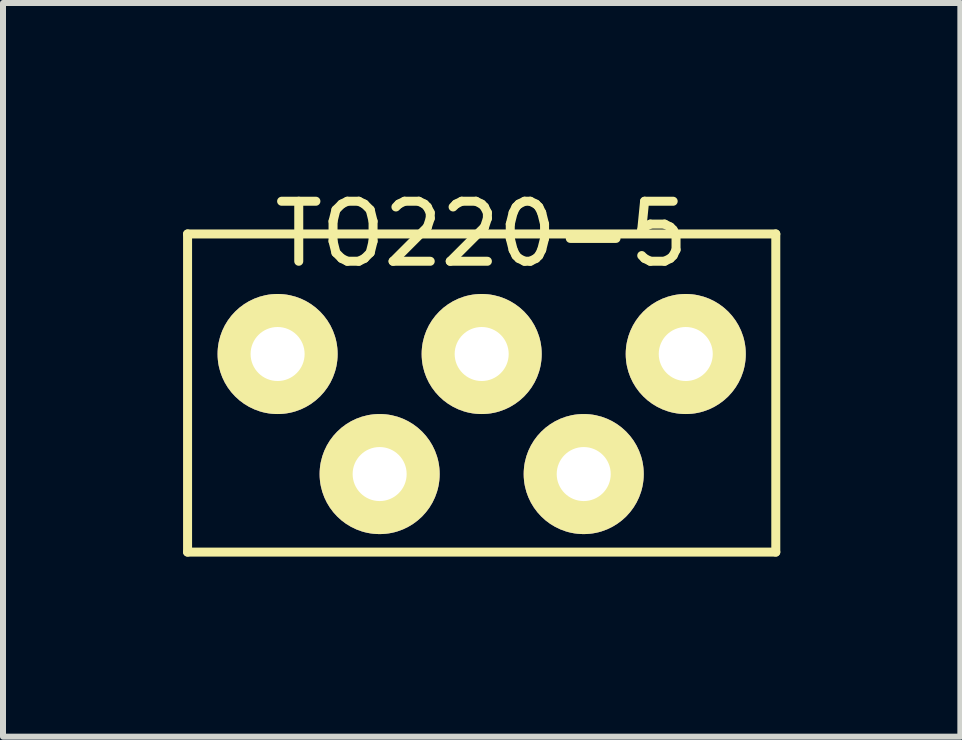
<source format=kicad_pcb>
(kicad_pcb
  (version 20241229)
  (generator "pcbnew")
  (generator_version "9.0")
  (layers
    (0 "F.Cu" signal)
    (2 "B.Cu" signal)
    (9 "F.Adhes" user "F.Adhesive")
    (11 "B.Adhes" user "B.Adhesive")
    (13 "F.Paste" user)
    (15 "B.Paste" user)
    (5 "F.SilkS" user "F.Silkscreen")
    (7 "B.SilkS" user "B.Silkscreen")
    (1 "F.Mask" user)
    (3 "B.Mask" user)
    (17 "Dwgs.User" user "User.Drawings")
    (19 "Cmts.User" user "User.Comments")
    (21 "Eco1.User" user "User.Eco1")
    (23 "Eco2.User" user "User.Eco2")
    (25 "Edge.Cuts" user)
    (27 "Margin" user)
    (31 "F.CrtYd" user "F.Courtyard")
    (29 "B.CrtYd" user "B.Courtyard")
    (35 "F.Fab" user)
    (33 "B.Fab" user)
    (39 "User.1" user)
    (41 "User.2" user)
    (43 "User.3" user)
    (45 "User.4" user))
  (footprint "TO220-5"
    (layer "F.Cu")
    (at 4.975 2.848)
    (property "Reference" "TO220-5" (at 0 -2 0) (layer "F.SilkS") (effects (font (size 1 1) (thickness 0.15))))
    (attr through_hole)
    (fp_line (start -4.9 -2) (end 4.9 -2) (stroke (width 0.15) (type solid)) (layer "F.SilkS"))
    (fp_line (start -4.9 3.3) (end -4.9 -2) (stroke (width 0.15) (type solid)) (layer "F.SilkS"))
    (fp_line (start 4.9 -2) (end 4.9 3.3) (stroke (width 0.15) (type solid)) (layer "F.SilkS"))
    (fp_line (start 4.9 3.3) (end -4.9 3.3) (stroke (width 0.15) (type solid)) (layer "F.SilkS"))
    (pad "1" thru_hole circle (at -3.4 0) (size 2 2) (drill 0.9) (layers "*.Cu" "*.Mask" "F.SilkS"))
    (pad "2" thru_hole circle (at -1.7 2) (size 2 2) (drill 0.9) (layers "*.Cu" "*.Mask" "F.SilkS"))
    (pad "3" thru_hole circle (at 0 0) (size 2 2) (drill 0.9) (layers "*.Cu" "*.Mask" "F.SilkS"))
    (pad "4" thru_hole circle (at 1.7 2) (size 2 2) (drill 0.9) (layers "*.Cu" "*.Mask" "F.SilkS"))
    (pad "5" thru_hole circle (at 3.4 0) (size 2 2) (drill 0.9) (layers "*.Cu" "*.Mask" "F.SilkS")))
  (gr_rect
    (start -3 -3)
    (end 12.95 9.223)
    (stroke (width 0.1) (type default))
    (fill no)
    (layer "Edge.Cuts")))
</source>
